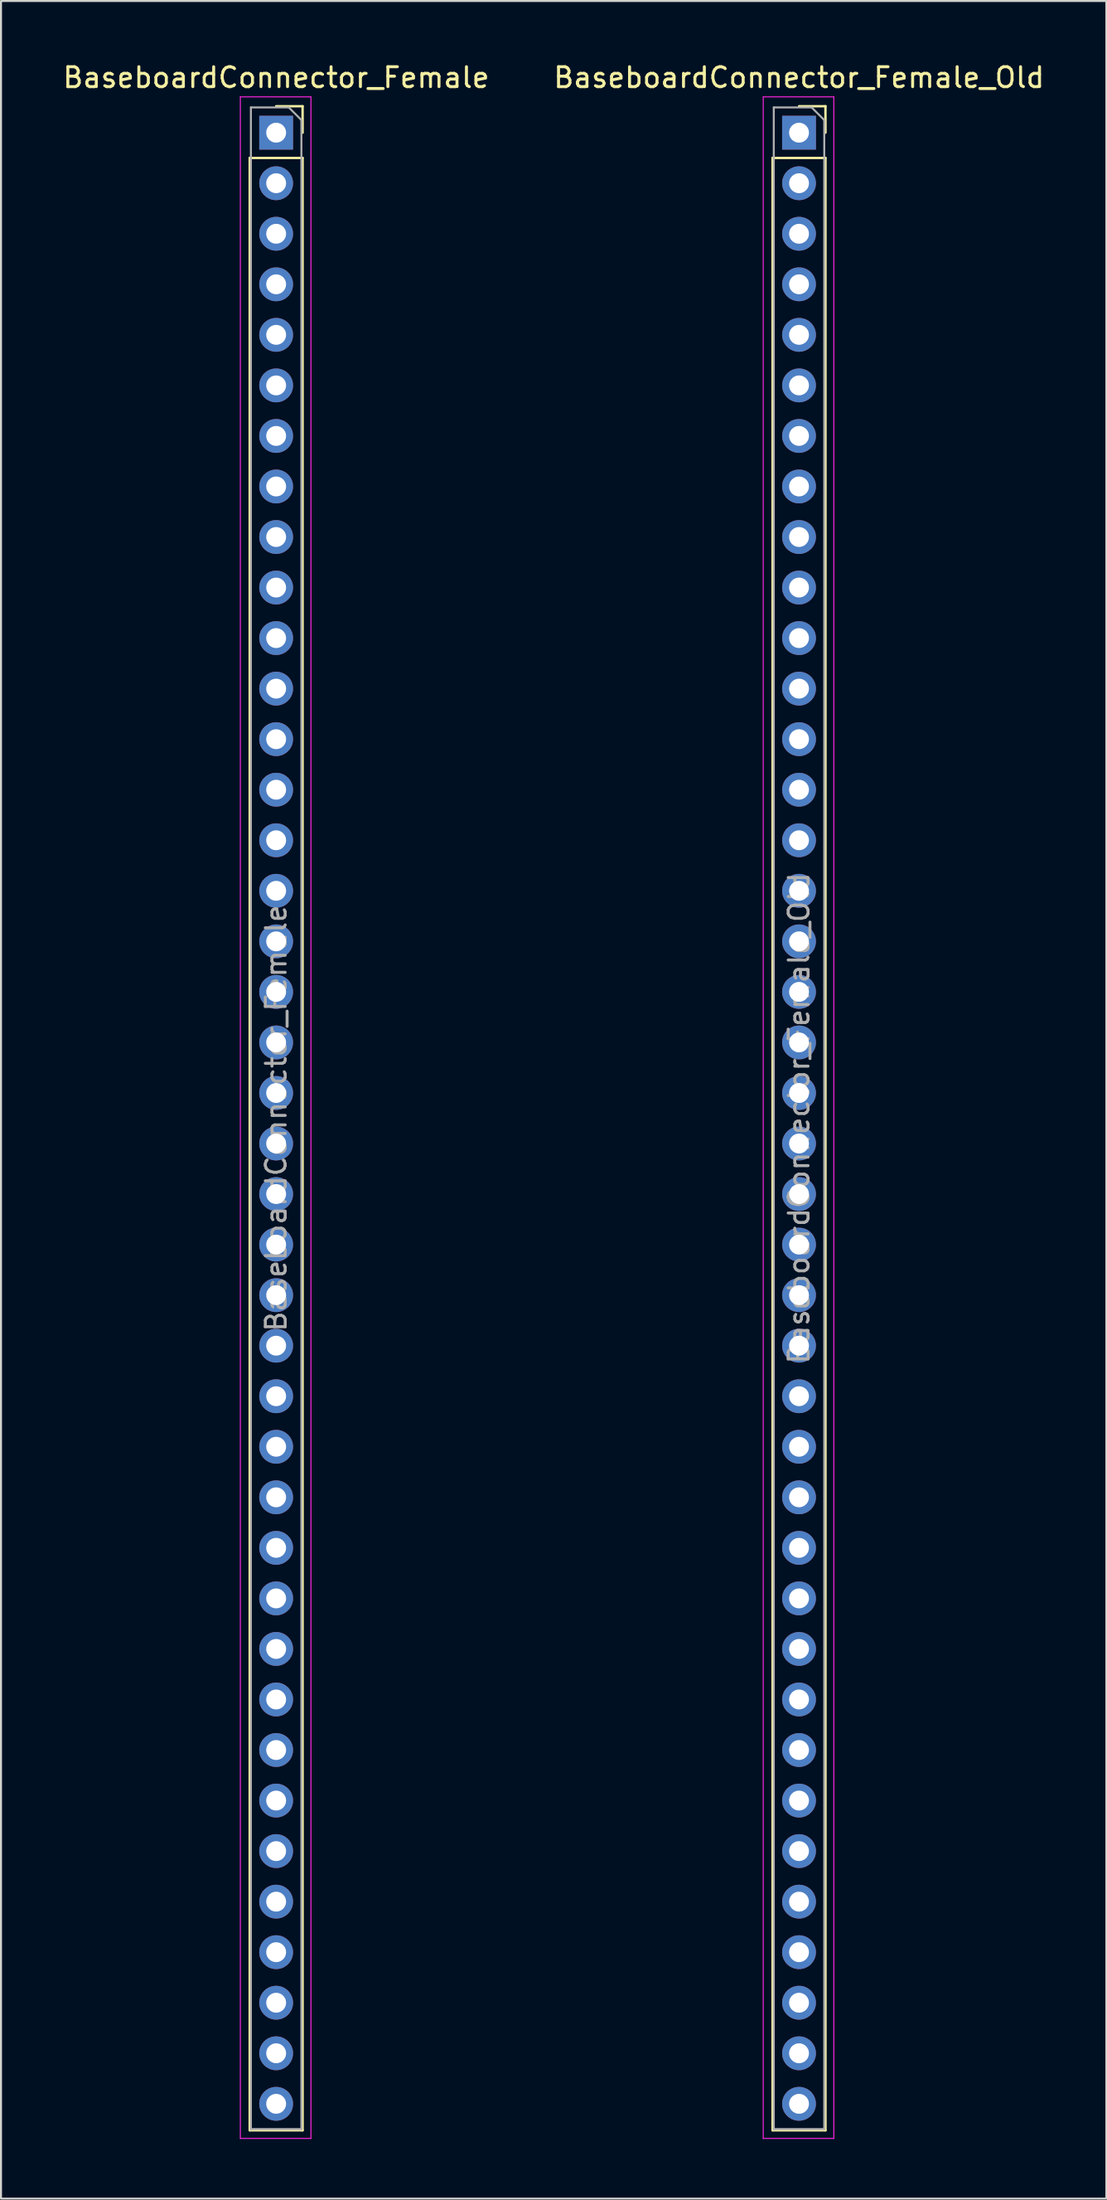
<source format=kicad_pcb>
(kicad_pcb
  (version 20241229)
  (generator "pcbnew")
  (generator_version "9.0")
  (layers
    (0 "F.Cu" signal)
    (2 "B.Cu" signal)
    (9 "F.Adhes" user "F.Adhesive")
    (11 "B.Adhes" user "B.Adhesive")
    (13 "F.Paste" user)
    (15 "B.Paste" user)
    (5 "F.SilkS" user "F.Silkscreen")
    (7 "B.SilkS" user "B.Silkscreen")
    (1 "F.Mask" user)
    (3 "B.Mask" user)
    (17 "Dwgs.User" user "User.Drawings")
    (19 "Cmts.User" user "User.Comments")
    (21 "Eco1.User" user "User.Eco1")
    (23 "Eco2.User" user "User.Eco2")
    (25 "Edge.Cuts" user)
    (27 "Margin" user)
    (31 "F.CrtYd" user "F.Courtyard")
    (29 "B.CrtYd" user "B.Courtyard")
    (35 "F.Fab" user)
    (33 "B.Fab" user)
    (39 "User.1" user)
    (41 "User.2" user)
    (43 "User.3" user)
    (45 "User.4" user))
  (footprint "BaseboardConnector_Female"
    (layer "F.Cu")
    (at 10.839 3.618)
    (property "Reference" "BaseboardConnector_Female" (at 0 -2.77 0) (layer "F.SilkS") (effects (font (size 1 1) (thickness 0.15))))
    (attr through_hole)
    (fp_line (start -1.33 1.27) (end -1.33 100.39) (stroke (width 0.12) (type solid)) (layer "F.SilkS"))
    (fp_line (start -1.33 1.27) (end 1.33 1.27) (stroke (width 0.12) (type solid)) (layer "F.SilkS"))
    (fp_line (start -1.33 100.39) (end 1.33 100.39) (stroke (width 0.12) (type solid)) (layer "F.SilkS"))
    (fp_line (start 0 -1.33) (end 1.33 -1.33) (stroke (width 0.12) (type solid)) (layer "F.SilkS"))
    (fp_line (start 1.33 -1.33) (end 1.33 0) (stroke (width 0.12) (type solid)) (layer "F.SilkS"))
    (fp_line (start 1.33 1.27) (end 1.33 100.39) (stroke (width 0.12) (type solid)) (layer "F.SilkS"))
    (fp_line (start -1.8 -1.8) (end 1.75 -1.8) (stroke (width 0.05) (type solid)) (layer "F.CrtYd"))
    (fp_line (start -1.8 100.8) (end -1.8 -1.8) (stroke (width 0.05) (type solid)) (layer "F.CrtYd"))
    (fp_line (start 1.75 -1.8) (end 1.75 100.8) (stroke (width 0.05) (type solid)) (layer "F.CrtYd"))
    (fp_line (start 1.75 100.8) (end -1.8 100.8) (stroke (width 0.05) (type solid)) (layer "F.CrtYd"))
    (fp_line (start -1.27 -1.27) (end 0.635 -1.27) (stroke (width 0.1) (type solid)) (layer "F.Fab"))
    (fp_line (start -1.27 100.33) (end -1.27 -1.27) (stroke (width 0.1) (type solid)) (layer "F.Fab"))
    (fp_line (start 0.635 -1.27) (end 1.27 -0.635) (stroke (width 0.1) (type solid)) (layer "F.Fab"))
    (fp_line (start 1.27 -0.635) (end 1.27 100.33) (stroke (width 0.1) (type solid)) (layer "F.Fab"))
    (fp_line (start 1.27 100.33) (end -1.27 100.33) (stroke (width 0.1) (type solid)) (layer "F.Fab"))
    (fp_text user "${REFERENCE}" (at 0 49.53 90) (layer "F.Fab") (effects (font (size 1 1) (thickness 0.15))))
    (pad "38" thru_hole oval (at 0 93.98) (size 1.7 1.7) (drill 1) (layers "*.Cu" "*.Mask"))
    (pad "39" thru_hole oval (at 0 96.52) (size 1.7 1.7) (drill 1) (layers "*.Cu" "*.Mask"))
    (pad "40" thru_hole oval (at 0 99.06) (size 1.7 1.7) (drill 1) (layers "*.Cu" "*.Mask"))
    (pad "A0" thru_hole oval (at 0 5.08) (size 1.7 1.7) (drill 1) (layers "*.Cu" "*.Mask"))
    (pad "A1" thru_hole oval (at 0 7.62) (size 1.7 1.7) (drill 1) (layers "*.Cu" "*.Mask"))
    (pad "A2" thru_hole oval (at 0 10.16) (size 1.7 1.7) (drill 1) (layers "*.Cu" "*.Mask"))
    (pad "A3" thru_hole oval (at 0 12.7) (size 1.7 1.7) (drill 1) (layers "*.Cu" "*.Mask"))
    (pad "A4" thru_hole oval (at 0 15.24) (size 1.7 1.7) (drill 1) (layers "*.Cu" "*.Mask"))
    (pad "A5" thru_hole oval (at 0 17.78) (size 1.7 1.7) (drill 1) (layers "*.Cu" "*.Mask"))
    (pad "A6" thru_hole oval (at 0 20.32) (size 1.7 1.7) (drill 1) (layers "*.Cu" "*.Mask"))
    (pad "A7" thru_hole oval (at 0 22.86) (size 1.7 1.7) (drill 1) (layers "*.Cu" "*.Mask"))
    (pad "A8" thru_hole oval (at 0 25.4) (size 1.7 1.7) (drill 1) (layers "*.Cu" "*.Mask"))
    (pad "A9" thru_hole oval (at 0 27.94) (size 1.7 1.7) (drill 1) (layers "*.Cu" "*.Mask"))
    (pad "A10" thru_hole oval (at 0 30.48) (size 1.7 1.7) (drill 1) (layers "*.Cu" "*.Mask"))
    (pad "A11" thru_hole oval (at 0 33.02) (size 1.7 1.7) (drill 1) (layers "*.Cu" "*.Mask"))
    (pad "A12" thru_hole oval (at 0 35.56) (size 1.7 1.7) (drill 1) (layers "*.Cu" "*.Mask"))
    (pad "A13" thru_hole oval (at 0 38.1) (size 1.7 1.7) (drill 1) (layers "*.Cu" "*.Mask"))
    (pad "A14" thru_hole oval (at 0 40.64) (size 1.7 1.7) (drill 1) (layers "*.Cu" "*.Mask"))
    (pad "A15" thru_hole oval (at 0 43.18) (size 1.7 1.7) (drill 1) (layers "*.Cu" "*.Mask"))
    (pad "D0" thru_hole oval (at 0 45.72) (size 1.7 1.7) (drill 1) (layers "*.Cu" "*.Mask"))
    (pad "D1" thru_hole oval (at 0 48.26) (size 1.7 1.7) (drill 1) (layers "*.Cu" "*.Mask"))
    (pad "D2" thru_hole oval (at 0 50.8) (size 1.7 1.7) (drill 1) (layers "*.Cu" "*.Mask"))
    (pad "D3" thru_hole oval (at 0 53.34) (size 1.7 1.7) (drill 1) (layers "*.Cu" "*.Mask"))
    (pad "D4" thru_hole oval (at 0 55.88) (size 1.7 1.7) (drill 1) (layers "*.Cu" "*.Mask"))
    (pad "D5" thru_hole oval (at 0 58.42) (size 1.7 1.7) (drill 1) (layers "*.Cu" "*.Mask"))
    (pad "D6" thru_hole oval (at 0 60.96) (size 1.7 1.7) (drill 1) (layers "*.Cu" "*.Mask"))
    (pad "D7" thru_hole oval (at 0 63.5) (size 1.7 1.7) (drill 1) (layers "*.Cu" "*.Mask"))
    (pad "GND" thru_hole oval (at 0 2.54) (size 1.7 1.7) (drill 1) (layers "*.Cu" "*.Mask"))
    (pad "IRQ" thru_hole oval (at 0 81.28) (size 1.7 1.7) (drill 1) (layers "*.Cu" "*.Mask"))
    (pad "NMI" thru_hole oval (at 0 78.74) (size 1.7 1.7) (drill 1) (layers "*.Cu" "*.Mask"))
    (pad "PHI0" thru_hole oval (at 0 83.82) (size 1.7 1.7) (drill 1) (layers "*.Cu" "*.Mask"))
    (pad "PHI1" thru_hole oval (at 0 86.36) (size 1.7 1.7) (drill 1) (layers "*.Cu" "*.Mask"))
    (pad "PHI2" thru_hole oval (at 0 76.2) (size 1.7 1.7) (drill 1) (layers "*.Cu" "*.Mask"))
    (pad "RDY" thru_hole oval (at 0 68.58) (size 1.7 1.7) (drill 1) (layers "*.Cu" "*.Mask"))
    (pad "RW" thru_hole oval (at 0 66.04) (size 1.7 1.7) (drill 1) (layers "*.Cu" "*.Mask"))
    (pad "Reset" thru_hole oval (at 0 73.66) (size 1.7 1.7) (drill 1) (layers "*.Cu" "*.Mask"))
    (pad "Rx" thru_hole oval (at 0 91.44) (size 1.7 1.7) (drill 1) (layers "*.Cu" "*.Mask"))
    (pad "Sync" thru_hole oval (at 0 71.12) (size 1.7 1.7) (drill 1) (layers "*.Cu" "*.Mask"))
    (pad "Tx" thru_hole oval (at 0 88.9) (size 1.7 1.7) (drill 1) (layers "*.Cu" "*.Mask"))
    (pad "VCC" thru_hole rect (at 0 0) (size 1.7 1.7) (drill 1) (layers "*.Cu" "*.Mask")))
  (footprint "BaseboardConnector_Female_Old"
    (layer "F.Cu")
    (at 37.137 3.618)
    (property "Reference" "BaseboardConnector_Female_Old" (at 0 -2.77 0) (layer "F.SilkS") (effects (font (size 1 1) (thickness 0.15))))
    (attr through_hole)
    (fp_line (start -1.33 1.27) (end -1.33 100.39) (stroke (width 0.12) (type solid)) (layer "F.SilkS"))
    (fp_line (start -1.33 1.27) (end 1.33 1.27) (stroke (width 0.12) (type solid)) (layer "F.SilkS"))
    (fp_line (start -1.33 100.39) (end 1.33 100.39) (stroke (width 0.12) (type solid)) (layer "F.SilkS"))
    (fp_line (start 0 -1.33) (end 1.33 -1.33) (stroke (width 0.12) (type solid)) (layer "F.SilkS"))
    (fp_line (start 1.33 -1.33) (end 1.33 0) (stroke (width 0.12) (type solid)) (layer "F.SilkS"))
    (fp_line (start 1.33 1.27) (end 1.33 100.39) (stroke (width 0.12) (type solid)) (layer "F.SilkS"))
    (fp_line (start -1.8 -1.8) (end 1.75 -1.8) (stroke (width 0.05) (type solid)) (layer "F.CrtYd"))
    (fp_line (start -1.8 100.8) (end -1.8 -1.8) (stroke (width 0.05) (type solid)) (layer "F.CrtYd"))
    (fp_line (start 1.75 -1.8) (end 1.75 100.8) (stroke (width 0.05) (type solid)) (layer "F.CrtYd"))
    (fp_line (start 1.75 100.8) (end -1.8 100.8) (stroke (width 0.05) (type solid)) (layer "F.CrtYd"))
    (fp_line (start -1.27 -1.27) (end 0.635 -1.27) (stroke (width 0.1) (type solid)) (layer "F.Fab"))
    (fp_line (start -1.27 100.33) (end -1.27 -1.27) (stroke (width 0.1) (type solid)) (layer "F.Fab"))
    (fp_line (start 0.635 -1.27) (end 1.27 -0.635) (stroke (width 0.1) (type solid)) (layer "F.Fab"))
    (fp_line (start 1.27 -0.635) (end 1.27 100.33) (stroke (width 0.1) (type solid)) (layer "F.Fab"))
    (fp_line (start 1.27 100.33) (end -1.27 100.33) (stroke (width 0.1) (type solid)) (layer "F.Fab"))
    (fp_text user "${REFERENCE}" (at 0 49.53 90) (layer "F.Fab") (effects (font (size 1 1) (thickness 0.15))))
    (pad "38" thru_hole oval (at 0 93.98) (size 1.7 1.7) (drill 1) (layers "*.Cu" "*.Mask"))
    (pad "39" thru_hole oval (at 0 96.52) (size 1.7 1.7) (drill 1) (layers "*.Cu" "*.Mask"))
    (pad "40" thru_hole oval (at 0 99.06) (size 1.7 1.7) (drill 1) (layers "*.Cu" "*.Mask"))
    (pad "A0" thru_hole oval (at 0 5.08) (size 1.7 1.7) (drill 1) (layers "*.Cu" "*.Mask"))
    (pad "A1" thru_hole oval (at 0 7.62) (size 1.7 1.7) (drill 1) (layers "*.Cu" "*.Mask"))
    (pad "A2" thru_hole oval (at 0 10.16) (size 1.7 1.7) (drill 1) (layers "*.Cu" "*.Mask"))
    (pad "A3" thru_hole oval (at 0 12.7) (size 1.7 1.7) (drill 1) (layers "*.Cu" "*.Mask"))
    (pad "A4" thru_hole oval (at 0 15.24) (size 1.7 1.7) (drill 1) (layers "*.Cu" "*.Mask"))
    (pad "A5" thru_hole oval (at 0 17.78) (size 1.7 1.7) (drill 1) (layers "*.Cu" "*.Mask"))
    (pad "A6" thru_hole oval (at 0 20.32) (size 1.7 1.7) (drill 1) (layers "*.Cu" "*.Mask"))
    (pad "A7" thru_hole oval (at 0 22.86) (size 1.7 1.7) (drill 1) (layers "*.Cu" "*.Mask"))
    (pad "A8" thru_hole oval (at 0 25.4) (size 1.7 1.7) (drill 1) (layers "*.Cu" "*.Mask"))
    (pad "A9" thru_hole oval (at 0 27.94) (size 1.7 1.7) (drill 1) (layers "*.Cu" "*.Mask"))
    (pad "A10" thru_hole oval (at 0 30.48) (size 1.7 1.7) (drill 1) (layers "*.Cu" "*.Mask"))
    (pad "A11" thru_hole oval (at 0 33.02) (size 1.7 1.7) (drill 1) (layers "*.Cu" "*.Mask"))
    (pad "A12" thru_hole oval (at 0 35.56) (size 1.7 1.7) (drill 1) (layers "*.Cu" "*.Mask"))
    (pad "A13" thru_hole oval (at 0 38.1) (size 1.7 1.7) (drill 1) (layers "*.Cu" "*.Mask"))
    (pad "A14" thru_hole oval (at 0 40.64) (size 1.7 1.7) (drill 1) (layers "*.Cu" "*.Mask"))
    (pad "A15" thru_hole oval (at 0 43.18) (size 1.7 1.7) (drill 1) (layers "*.Cu" "*.Mask"))
    (pad "D0" thru_hole oval (at 0 45.72) (size 1.7 1.7) (drill 1) (layers "*.Cu" "*.Mask"))
    (pad "D1" thru_hole oval (at 0 48.26) (size 1.7 1.7) (drill 1) (layers "*.Cu" "*.Mask"))
    (pad "D2" thru_hole oval (at 0 50.8) (size 1.7 1.7) (drill 1) (layers "*.Cu" "*.Mask"))
    (pad "D3" thru_hole oval (at 0 53.34) (size 1.7 1.7) (drill 1) (layers "*.Cu" "*.Mask"))
    (pad "D4" thru_hole oval (at 0 55.88) (size 1.7 1.7) (drill 1) (layers "*.Cu" "*.Mask"))
    (pad "D5" thru_hole oval (at 0 58.42) (size 1.7 1.7) (drill 1) (layers "*.Cu" "*.Mask"))
    (pad "D6" thru_hole oval (at 0 60.96) (size 1.7 1.7) (drill 1) (layers "*.Cu" "*.Mask"))
    (pad "D7" thru_hole oval (at 0 63.5) (size 1.7 1.7) (drill 1) (layers "*.Cu" "*.Mask"))
    (pad "GND" thru_hole oval (at 0 2.54) (size 1.7 1.7) (drill 1) (layers "*.Cu" "*.Mask"))
    (pad "IRQ" thru_hole oval (at 0 81.28) (size 1.7 1.7) (drill 1) (layers "*.Cu" "*.Mask"))
    (pad "NMI" thru_hole oval (at 0 78.74) (size 1.7 1.7) (drill 1) (layers "*.Cu" "*.Mask"))
    (pad "PHI0" thru_hole oval (at 0 83.82) (size 1.7 1.7) (drill 1) (layers "*.Cu" "*.Mask"))
    (pad "PHI1" thru_hole oval (at 0 86.36) (size 1.7 1.7) (drill 1) (layers "*.Cu" "*.Mask"))
    (pad "PHI2" thru_hole oval (at 0 76.2) (size 1.7 1.7) (drill 1) (layers "*.Cu" "*.Mask"))
    (pad "RDY" thru_hole oval (at 0 68.58) (size 1.7 1.7) (drill 1) (layers "*.Cu" "*.Mask"))
    (pad "RW" thru_hole oval (at 0 66.04) (size 1.7 1.7) (drill 1) (layers "*.Cu" "*.Mask"))
    (pad "Reset" thru_hole oval (at 0 73.66) (size 1.7 1.7) (drill 1) (layers "*.Cu" "*.Mask"))
    (pad "Rx" thru_hole oval (at 0 91.44) (size 1.7 1.7) (drill 1) (layers "*.Cu" "*.Mask"))
    (pad "Sync" thru_hole oval (at 0 71.12) (size 1.7 1.7) (drill 1) (layers "*.Cu" "*.Mask"))
    (pad "Tx" thru_hole oval (at 0 88.9) (size 1.7 1.7) (drill 1) (layers "*.Cu" "*.Mask"))
    (pad "VCC" thru_hole rect (at 0 0) (size 1.7 1.7) (drill 1) (layers "*.Cu" "*.Mask")))
  (gr_rect
    (start -3 -3)
    (end 52.595 107.443)
    (stroke (width 0.1) (type default))
    (fill no)
    (layer "Edge.Cuts")))
</source>
